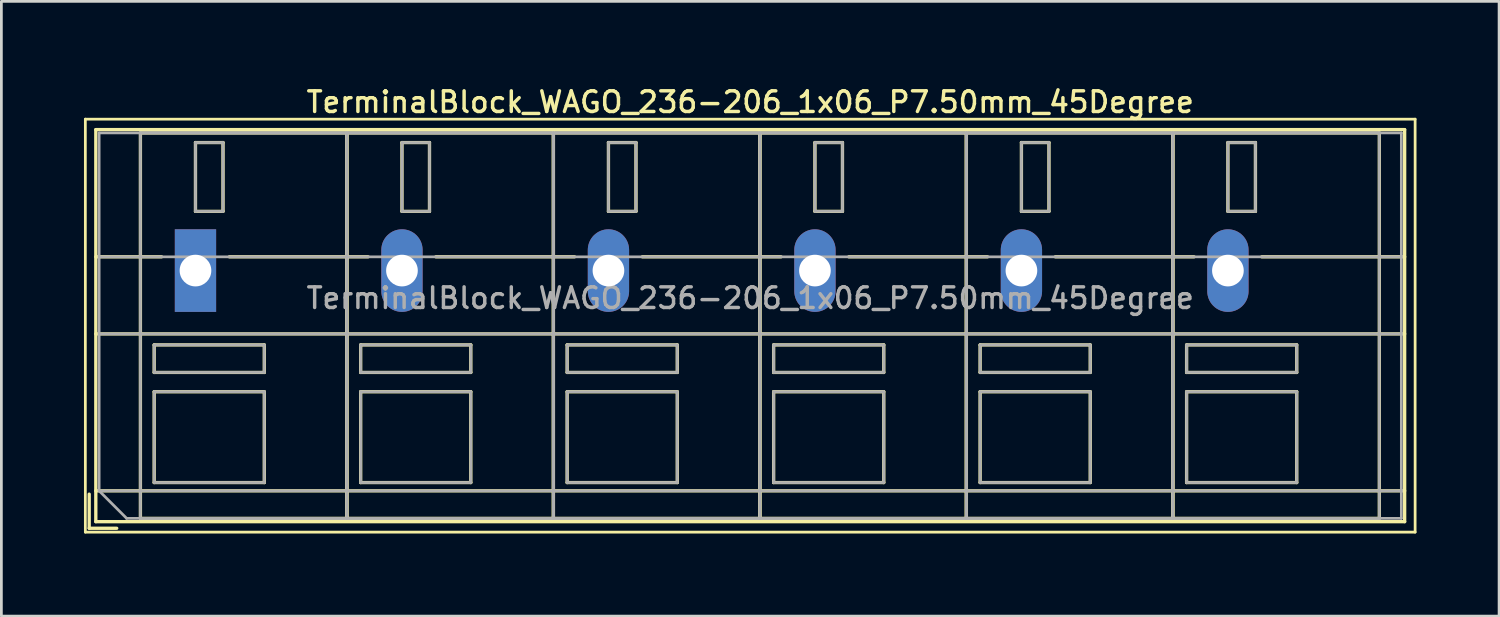
<source format=kicad_pcb>
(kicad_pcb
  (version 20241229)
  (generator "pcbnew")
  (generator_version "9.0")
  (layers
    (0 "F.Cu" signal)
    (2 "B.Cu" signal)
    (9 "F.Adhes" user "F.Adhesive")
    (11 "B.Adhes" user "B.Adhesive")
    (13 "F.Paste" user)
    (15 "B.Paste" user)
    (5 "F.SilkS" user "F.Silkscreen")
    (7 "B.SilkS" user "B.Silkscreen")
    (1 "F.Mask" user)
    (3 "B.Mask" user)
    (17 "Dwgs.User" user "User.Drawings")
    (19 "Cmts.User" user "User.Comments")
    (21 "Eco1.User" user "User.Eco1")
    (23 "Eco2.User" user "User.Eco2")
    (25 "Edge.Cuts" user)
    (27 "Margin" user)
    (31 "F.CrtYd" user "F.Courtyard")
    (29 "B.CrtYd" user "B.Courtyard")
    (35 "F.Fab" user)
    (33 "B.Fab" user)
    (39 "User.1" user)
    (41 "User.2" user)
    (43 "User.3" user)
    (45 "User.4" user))
  (footprint "TerminalBlock_WAGO_236-206_1x06_P7.50mm_45Degree"
    (layer "F.Cu")
    (at 4.05 6.778)
    (property "Reference" "TerminalBlock_WAGO_236-206_1x06_P7.50mm_45Degree" (at 20.15 -6.12 0) (layer "F.SilkS") (effects (font (size 0.75 0.75) (thickness 0.125))))
    (attr through_hole)
    (fp_line (start -4 -5.5) (end -4 9.5) (stroke (width 0.1) (type solid)) (layer "F.SilkS"))
    (fp_line (start -4 9.5) (end 44.3 9.5) (stroke (width 0.1) (type solid)) (layer "F.SilkS"))
    (fp_line (start -3.86 8.12) (end -3.86 9.36) (stroke (width 0.12) (type solid)) (layer "F.SilkS"))
    (fp_line (start -3.86 9.36) (end -2.86 9.36) (stroke (width 0.12) (type solid)) (layer "F.SilkS"))
    (fp_line (start -3.62 -5.12) (end -3.62 9.12) (stroke (width 0.12) (type solid)) (layer "F.SilkS"))
    (fp_line (start -3.62 -5.12) (end 43.92 -5.12) (stroke (width 0.12) (type solid)) (layer "F.SilkS"))
    (fp_line (start -3.62 -0.5) (end -1.23 -0.5) (stroke (width 0.12) (type solid)) (layer "F.SilkS"))
    (fp_line (start -3.62 2.3) (end 43.92 2.3) (stroke (width 0.12) (type solid)) (layer "F.SilkS"))
    (fp_line (start -3.62 8) (end 43.92 8) (stroke (width 0.12) (type solid)) (layer "F.SilkS"))
    (fp_line (start -3.62 9.12) (end 43.92 9.12) (stroke (width 0.12) (type solid)) (layer "F.SilkS"))
    (fp_line (start -2 -5) (end -2 9) (stroke (width 0.12) (type solid)) (layer "F.SilkS"))
    (fp_line (start -2 -5) (end 5.5 -5) (stroke (width 0.12) (type solid)) (layer "F.SilkS"))
    (fp_line (start -2 9) (end 5.5 9) (stroke (width 0.12) (type solid)) (layer "F.SilkS"))
    (fp_line (start -1.5 2.7) (end -1.5 3.7) (stroke (width 0.12) (type solid)) (layer "F.SilkS"))
    (fp_line (start -1.5 2.7) (end 2.5 2.7) (stroke (width 0.12) (type solid)) (layer "F.SilkS"))
    (fp_line (start -1.5 3.7) (end 2.5 3.7) (stroke (width 0.12) (type solid)) (layer "F.SilkS"))
    (fp_line (start -1.5 4.4) (end -1.5 7.7) (stroke (width 0.12) (type solid)) (layer "F.SilkS"))
    (fp_line (start -1.5 4.4) (end 2.5 4.4) (stroke (width 0.12) (type solid)) (layer "F.SilkS"))
    (fp_line (start -1.5 7.7) (end 2.5 7.7) (stroke (width 0.12) (type solid)) (layer "F.SilkS"))
    (fp_line (start 0 -4.65) (end 0 -2.151) (stroke (width 0.12) (type solid)) (layer "F.SilkS"))
    (fp_line (start 0 -4.65) (end 1 -4.65) (stroke (width 0.12) (type solid)) (layer "F.SilkS"))
    (fp_line (start 0 -2.151) (end 1 -2.151) (stroke (width 0.12) (type solid)) (layer "F.SilkS"))
    (fp_line (start 1 -4.65) (end 1 -2.151) (stroke (width 0.12) (type solid)) (layer "F.SilkS"))
    (fp_line (start 1.23 -0.5) (end 6.27 -0.5) (stroke (width 0.12) (type solid)) (layer "F.SilkS"))
    (fp_line (start 2.5 2.7) (end 2.5 3.7) (stroke (width 0.12) (type solid)) (layer "F.SilkS"))
    (fp_line (start 2.5 4.4) (end 2.5 7.7) (stroke (width 0.12) (type solid)) (layer "F.SilkS"))
    (fp_line (start 5.5 -5) (end 5.5 9) (stroke (width 0.12) (type solid)) (layer "F.SilkS"))
    (fp_line (start 5.5 -5) (end 5.5 9) (stroke (width 0.12) (type solid)) (layer "F.SilkS"))
    (fp_line (start 5.5 -5) (end 13 -5) (stroke (width 0.12) (type solid)) (layer "F.SilkS"))
    (fp_line (start 5.5 9) (end 13 9) (stroke (width 0.12) (type solid)) (layer "F.SilkS"))
    (fp_line (start 6 2.7) (end 6 3.7) (stroke (width 0.12) (type solid)) (layer "F.SilkS"))
    (fp_line (start 6 2.7) (end 10 2.7) (stroke (width 0.12) (type solid)) (layer "F.SilkS"))
    (fp_line (start 6 3.7) (end 10 3.7) (stroke (width 0.12) (type solid)) (layer "F.SilkS"))
    (fp_line (start 6 4.4) (end 6 7.7) (stroke (width 0.12) (type solid)) (layer "F.SilkS"))
    (fp_line (start 6 4.4) (end 10 4.4) (stroke (width 0.12) (type solid)) (layer "F.SilkS"))
    (fp_line (start 6 7.7) (end 10 7.7) (stroke (width 0.12) (type solid)) (layer "F.SilkS"))
    (fp_line (start 7.5 -4.65) (end 7.5 -2.151) (stroke (width 0.12) (type solid)) (layer "F.SilkS"))
    (fp_line (start 7.5 -4.65) (end 8.5 -4.65) (stroke (width 0.12) (type solid)) (layer "F.SilkS"))
    (fp_line (start 7.5 -2.151) (end 8.5 -2.151) (stroke (width 0.12) (type solid)) (layer "F.SilkS"))
    (fp_line (start 8.5 -4.65) (end 8.5 -2.151) (stroke (width 0.12) (type solid)) (layer "F.SilkS"))
    (fp_line (start 8.73 -0.5) (end 13.77 -0.5) (stroke (width 0.12) (type solid)) (layer "F.SilkS"))
    (fp_line (start 10 2.7) (end 10 3.7) (stroke (width 0.12) (type solid)) (layer "F.SilkS"))
    (fp_line (start 10 4.4) (end 10 7.7) (stroke (width 0.12) (type solid)) (layer "F.SilkS"))
    (fp_line (start 13 -5) (end 13 9) (stroke (width 0.12) (type solid)) (layer "F.SilkS"))
    (fp_line (start 13 -5) (end 13 9) (stroke (width 0.12) (type solid)) (layer "F.SilkS"))
    (fp_line (start 13 -5) (end 20.5 -5) (stroke (width 0.12) (type solid)) (layer "F.SilkS"))
    (fp_line (start 13 9) (end 20.5 9) (stroke (width 0.12) (type solid)) (layer "F.SilkS"))
    (fp_line (start 13.5 2.7) (end 13.5 3.7) (stroke (width 0.12) (type solid)) (layer "F.SilkS"))
    (fp_line (start 13.5 2.7) (end 17.5 2.7) (stroke (width 0.12) (type solid)) (layer "F.SilkS"))
    (fp_line (start 13.5 3.7) (end 17.5 3.7) (stroke (width 0.12) (type solid)) (layer "F.SilkS"))
    (fp_line (start 13.5 4.4) (end 13.5 7.7) (stroke (width 0.12) (type solid)) (layer "F.SilkS"))
    (fp_line (start 13.5 4.4) (end 17.5 4.4) (stroke (width 0.12) (type solid)) (layer "F.SilkS"))
    (fp_line (start 13.5 7.7) (end 17.5 7.7) (stroke (width 0.12) (type solid)) (layer "F.SilkS"))
    (fp_line (start 15 -4.65) (end 15 -2.151) (stroke (width 0.12) (type solid)) (layer "F.SilkS"))
    (fp_line (start 15 -4.65) (end 16 -4.65) (stroke (width 0.12) (type solid)) (layer "F.SilkS"))
    (fp_line (start 15 -2.151) (end 16 -2.151) (stroke (width 0.12) (type solid)) (layer "F.SilkS"))
    (fp_line (start 16 -4.65) (end 16 -2.151) (stroke (width 0.12) (type solid)) (layer "F.SilkS"))
    (fp_line (start 16.23 -0.5) (end 21.27 -0.5) (stroke (width 0.12) (type solid)) (layer "F.SilkS"))
    (fp_line (start 17.5 2.7) (end 17.5 3.7) (stroke (width 0.12) (type solid)) (layer "F.SilkS"))
    (fp_line (start 17.5 4.4) (end 17.5 7.7) (stroke (width 0.12) (type solid)) (layer "F.SilkS"))
    (fp_line (start 20.5 -5) (end 20.5 9) (stroke (width 0.12) (type solid)) (layer "F.SilkS"))
    (fp_line (start 20.5 -5) (end 20.5 9) (stroke (width 0.12) (type solid)) (layer "F.SilkS"))
    (fp_line (start 20.5 -5) (end 28 -5) (stroke (width 0.12) (type solid)) (layer "F.SilkS"))
    (fp_line (start 20.5 9) (end 28 9) (stroke (width 0.12) (type solid)) (layer "F.SilkS"))
    (fp_line (start 21 2.7) (end 21 3.7) (stroke (width 0.12) (type solid)) (layer "F.SilkS"))
    (fp_line (start 21 2.7) (end 25 2.7) (stroke (width 0.12) (type solid)) (layer "F.SilkS"))
    (fp_line (start 21 3.7) (end 25 3.7) (stroke (width 0.12) (type solid)) (layer "F.SilkS"))
    (fp_line (start 21 4.4) (end 21 7.7) (stroke (width 0.12) (type solid)) (layer "F.SilkS"))
    (fp_line (start 21 4.4) (end 25 4.4) (stroke (width 0.12) (type solid)) (layer "F.SilkS"))
    (fp_line (start 21 7.7) (end 25 7.7) (stroke (width 0.12) (type solid)) (layer "F.SilkS"))
    (fp_line (start 22.5 -4.65) (end 22.5 -2.151) (stroke (width 0.12) (type solid)) (layer "F.SilkS"))
    (fp_line (start 22.5 -4.65) (end 23.5 -4.65) (stroke (width 0.12) (type solid)) (layer "F.SilkS"))
    (fp_line (start 22.5 -2.151) (end 23.5 -2.151) (stroke (width 0.12) (type solid)) (layer "F.SilkS"))
    (fp_line (start 23.5 -4.65) (end 23.5 -2.151) (stroke (width 0.12) (type solid)) (layer "F.SilkS"))
    (fp_line (start 23.73 -0.5) (end 28.77 -0.5) (stroke (width 0.12) (type solid)) (layer "F.SilkS"))
    (fp_line (start 25 2.7) (end 25 3.7) (stroke (width 0.12) (type solid)) (layer "F.SilkS"))
    (fp_line (start 25 4.4) (end 25 7.7) (stroke (width 0.12) (type solid)) (layer "F.SilkS"))
    (fp_line (start 28 -5) (end 28 9) (stroke (width 0.12) (type solid)) (layer "F.SilkS"))
    (fp_line (start 28 -5) (end 28 9) (stroke (width 0.12) (type solid)) (layer "F.SilkS"))
    (fp_line (start 28 -5) (end 35.5 -5) (stroke (width 0.12) (type solid)) (layer "F.SilkS"))
    (fp_line (start 28 9) (end 35.5 9) (stroke (width 0.12) (type solid)) (layer "F.SilkS"))
    (fp_line (start 28.5 2.7) (end 28.5 3.7) (stroke (width 0.12) (type solid)) (layer "F.SilkS"))
    (fp_line (start 28.5 2.7) (end 32.5 2.7) (stroke (width 0.12) (type solid)) (layer "F.SilkS"))
    (fp_line (start 28.5 3.7) (end 32.5 3.7) (stroke (width 0.12) (type solid)) (layer "F.SilkS"))
    (fp_line (start 28.5 4.4) (end 28.5 7.7) (stroke (width 0.12) (type solid)) (layer "F.SilkS"))
    (fp_line (start 28.5 4.4) (end 32.5 4.4) (stroke (width 0.12) (type solid)) (layer "F.SilkS"))
    (fp_line (start 28.5 7.7) (end 32.5 7.7) (stroke (width 0.12) (type solid)) (layer "F.SilkS"))
    (fp_line (start 30 -4.65) (end 30 -2.151) (stroke (width 0.12) (type solid)) (layer "F.SilkS"))
    (fp_line (start 30 -4.65) (end 31 -4.65) (stroke (width 0.12) (type solid)) (layer "F.SilkS"))
    (fp_line (start 30 -2.151) (end 31 -2.151) (stroke (width 0.12) (type solid)) (layer "F.SilkS"))
    (fp_line (start 31 -4.65) (end 31 -2.151) (stroke (width 0.12) (type solid)) (layer "F.SilkS"))
    (fp_line (start 31.23 -0.5) (end 36.27 -0.5) (stroke (width 0.12) (type solid)) (layer "F.SilkS"))
    (fp_line (start 32.5 2.7) (end 32.5 3.7) (stroke (width 0.12) (type solid)) (layer "F.SilkS"))
    (fp_line (start 32.5 4.4) (end 32.5 7.7) (stroke (width 0.12) (type solid)) (layer "F.SilkS"))
    (fp_line (start 35.5 -5) (end 35.5 9) (stroke (width 0.12) (type solid)) (layer "F.SilkS"))
    (fp_line (start 35.5 -5) (end 35.5 9) (stroke (width 0.12) (type solid)) (layer "F.SilkS"))
    (fp_line (start 35.5 -5) (end 43 -5) (stroke (width 0.12) (type solid)) (layer "F.SilkS"))
    (fp_line (start 35.5 9) (end 43 9) (stroke (width 0.12) (type solid)) (layer "F.SilkS"))
    (fp_line (start 36 2.7) (end 36 3.7) (stroke (width 0.12) (type solid)) (layer "F.SilkS"))
    (fp_line (start 36 2.7) (end 40 2.7) (stroke (width 0.12) (type solid)) (layer "F.SilkS"))
    (fp_line (start 36 3.7) (end 40 3.7) (stroke (width 0.12) (type solid)) (layer "F.SilkS"))
    (fp_line (start 36 4.4) (end 36 7.7) (stroke (width 0.12) (type solid)) (layer "F.SilkS"))
    (fp_line (start 36 4.4) (end 40 4.4) (stroke (width 0.12) (type solid)) (layer "F.SilkS"))
    (fp_line (start 36 7.7) (end 40 7.7) (stroke (width 0.12) (type solid)) (layer "F.SilkS"))
    (fp_line (start 37.5 -4.65) (end 37.5 -2.151) (stroke (width 0.12) (type solid)) (layer "F.SilkS"))
    (fp_line (start 37.5 -4.65) (end 38.5 -4.65) (stroke (width 0.12) (type solid)) (layer "F.SilkS"))
    (fp_line (start 37.5 -2.151) (end 38.5 -2.151) (stroke (width 0.12) (type solid)) (layer "F.SilkS"))
    (fp_line (start 38.5 -4.65) (end 38.5 -2.151) (stroke (width 0.12) (type solid)) (layer "F.SilkS"))
    (fp_line (start 38.73 -0.5) (end 43.92 -0.5) (stroke (width 0.12) (type solid)) (layer "F.SilkS"))
    (fp_line (start 40 2.7) (end 40 3.7) (stroke (width 0.12) (type solid)) (layer "F.SilkS"))
    (fp_line (start 40 4.4) (end 40 7.7) (stroke (width 0.12) (type solid)) (layer "F.SilkS"))
    (fp_line (start 43 -5) (end 43 9) (stroke (width 0.12) (type solid)) (layer "F.SilkS"))
    (fp_line (start 43.92 -5.12) (end 43.92 9.12) (stroke (width 0.12) (type solid)) (layer "F.SilkS"))
    (fp_line (start 44.3 -5.5) (end -4 -5.5) (stroke (width 0.1) (type solid)) (layer "F.SilkS"))
    (fp_line (start 44.3 9.5) (end 44.3 -5.5) (stroke (width 0.1) (type solid)) (layer "F.SilkS"))
    (fp_line (start -3.5 -5) (end 43.8 -5) (stroke (width 0.1) (type solid)) (layer "F.Fab"))
    (fp_line (start -3.5 -0.5) (end 43.8 -0.5) (stroke (width 0.1) (type solid)) (layer "F.Fab"))
    (fp_line (start -3.5 2.3) (end 43.8 2.3) (stroke (width 0.1) (type solid)) (layer "F.Fab"))
    (fp_line (start -3.5 8) (end -3.5 -5) (stroke (width 0.1) (type solid)) (layer "F.Fab"))
    (fp_line (start -3.5 8) (end 43.8 8) (stroke (width 0.1) (type solid)) (layer "F.Fab"))
    (fp_line (start -2.5 9) (end -3.5 8) (stroke (width 0.1) (type solid)) (layer "F.Fab"))
    (fp_line (start -2 -5) (end -2 9) (stroke (width 0.1) (type solid)) (layer "F.Fab"))
    (fp_line (start -2 9) (end 5.5 9) (stroke (width 0.1) (type solid)) (layer "F.Fab"))
    (fp_line (start -1.5 2.7) (end -1.5 3.7) (stroke (width 0.1) (type solid)) (layer "F.Fab"))
    (fp_line (start -1.5 3.7) (end 2.5 3.7) (stroke (width 0.1) (type solid)) (layer "F.Fab"))
    (fp_line (start -1.5 4.4) (end -1.5 7.7) (stroke (width 0.1) (type solid)) (layer "F.Fab"))
    (fp_line (start -1.5 7.7) (end 2.5 7.7) (stroke (width 0.1) (type solid)) (layer "F.Fab"))
    (fp_line (start 0 -4.65) (end 0 -2.15) (stroke (width 0.1) (type solid)) (layer "F.Fab"))
    (fp_line (start 0 -2.15) (end 1 -2.15) (stroke (width 0.1) (type solid)) (layer "F.Fab"))
    (fp_line (start 1 -4.65) (end 0 -4.65) (stroke (width 0.1) (type solid)) (layer "F.Fab"))
    (fp_line (start 1 -2.15) (end 1 -4.65) (stroke (width 0.1) (type solid)) (layer "F.Fab"))
    (fp_line (start 2.5 2.7) (end -1.5 2.7) (stroke (width 0.1) (type solid)) (layer "F.Fab"))
    (fp_line (start 2.5 3.7) (end 2.5 2.7) (stroke (width 0.1) (type solid)) (layer "F.Fab"))
    (fp_line (start 2.5 4.4) (end -1.5 4.4) (stroke (width 0.1) (type solid)) (layer "F.Fab"))
    (fp_line (start 2.5 7.7) (end 2.5 4.4) (stroke (width 0.1) (type solid)) (layer "F.Fab"))
    (fp_line (start 5.5 -5) (end -2 -5) (stroke (width 0.1) (type solid)) (layer "F.Fab"))
    (fp_line (start 5.5 -5) (end 5.5 9) (stroke (width 0.1) (type solid)) (layer "F.Fab"))
    (fp_line (start 5.5 9) (end 5.5 -5) (stroke (width 0.1) (type solid)) (layer "F.Fab"))
    (fp_line (start 5.5 9) (end 13 9) (stroke (width 0.1) (type solid)) (layer "F.Fab"))
    (fp_line (start 6 2.7) (end 6 3.7) (stroke (width 0.1) (type solid)) (layer "F.Fab"))
    (fp_line (start 6 3.7) (end 10 3.7) (stroke (width 0.1) (type solid)) (layer "F.Fab"))
    (fp_line (start 6 4.4) (end 6 7.7) (stroke (width 0.1) (type solid)) (layer "F.Fab"))
    (fp_line (start 6 7.7) (end 10 7.7) (stroke (width 0.1) (type solid)) (layer "F.Fab"))
    (fp_line (start 7.5 -4.65) (end 7.5 -2.15) (stroke (width 0.1) (type solid)) (layer "F.Fab"))
    (fp_line (start 7.5 -2.15) (end 8.5 -2.15) (stroke (width 0.1) (type solid)) (layer "F.Fab"))
    (fp_line (start 8.5 -4.65) (end 7.5 -4.65) (stroke (width 0.1) (type solid)) (layer "F.Fab"))
    (fp_line (start 8.5 -2.15) (end 8.5 -4.65) (stroke (width 0.1) (type solid)) (layer "F.Fab"))
    (fp_line (start 10 2.7) (end 6 2.7) (stroke (width 0.1) (type solid)) (layer "F.Fab"))
    (fp_line (start 10 3.7) (end 10 2.7) (stroke (width 0.1) (type solid)) (layer "F.Fab"))
    (fp_line (start 10 4.4) (end 6 4.4) (stroke (width 0.1) (type solid)) (layer "F.Fab"))
    (fp_line (start 10 7.7) (end 10 4.4) (stroke (width 0.1) (type solid)) (layer "F.Fab"))
    (fp_line (start 13 -5) (end 5.5 -5) (stroke (width 0.1) (type solid)) (layer "F.Fab"))
    (fp_line (start 13 -5) (end 13 9) (stroke (width 0.1) (type solid)) (layer "F.Fab"))
    (fp_line (start 13 9) (end 13 -5) (stroke (width 0.1) (type solid)) (layer "F.Fab"))
    (fp_line (start 13 9) (end 20.5 9) (stroke (width 0.1) (type solid)) (layer "F.Fab"))
    (fp_line (start 13.5 2.7) (end 13.5 3.7) (stroke (width 0.1) (type solid)) (layer "F.Fab"))
    (fp_line (start 13.5 3.7) (end 17.5 3.7) (stroke (width 0.1) (type solid)) (layer "F.Fab"))
    (fp_line (start 13.5 4.4) (end 13.5 7.7) (stroke (width 0.1) (type solid)) (layer "F.Fab"))
    (fp_line (start 13.5 7.7) (end 17.5 7.7) (stroke (width 0.1) (type solid)) (layer "F.Fab"))
    (fp_line (start 15 -4.65) (end 15 -2.15) (stroke (width 0.1) (type solid)) (layer "F.Fab"))
    (fp_line (start 15 -2.15) (end 16 -2.15) (stroke (width 0.1) (type solid)) (layer "F.Fab"))
    (fp_line (start 16 -4.65) (end 15 -4.65) (stroke (width 0.1) (type solid)) (layer "F.Fab"))
    (fp_line (start 16 -2.15) (end 16 -4.65) (stroke (width 0.1) (type solid)) (layer "F.Fab"))
    (fp_line (start 17.5 2.7) (end 13.5 2.7) (stroke (width 0.1) (type solid)) (layer "F.Fab"))
    (fp_line (start 17.5 3.7) (end 17.5 2.7) (stroke (width 0.1) (type solid)) (layer "F.Fab"))
    (fp_line (start 17.5 4.4) (end 13.5 4.4) (stroke (width 0.1) (type solid)) (layer "F.Fab"))
    (fp_line (start 17.5 7.7) (end 17.5 4.4) (stroke (width 0.1) (type solid)) (layer "F.Fab"))
    (fp_line (start 20.5 -5) (end 13 -5) (stroke (width 0.1) (type solid)) (layer "F.Fab"))
    (fp_line (start 20.5 -5) (end 20.5 9) (stroke (width 0.1) (type solid)) (layer "F.Fab"))
    (fp_line (start 20.5 9) (end 20.5 -5) (stroke (width 0.1) (type solid)) (layer "F.Fab"))
    (fp_line (start 20.5 9) (end 28 9) (stroke (width 0.1) (type solid)) (layer "F.Fab"))
    (fp_line (start 21 2.7) (end 21 3.7) (stroke (width 0.1) (type solid)) (layer "F.Fab"))
    (fp_line (start 21 3.7) (end 25 3.7) (stroke (width 0.1) (type solid)) (layer "F.Fab"))
    (fp_line (start 21 4.4) (end 21 7.7) (stroke (width 0.1) (type solid)) (layer "F.Fab"))
    (fp_line (start 21 7.7) (end 25 7.7) (stroke (width 0.1) (type solid)) (layer "F.Fab"))
    (fp_line (start 22.5 -4.65) (end 22.5 -2.15) (stroke (width 0.1) (type solid)) (layer "F.Fab"))
    (fp_line (start 22.5 -2.15) (end 23.5 -2.15) (stroke (width 0.1) (type solid)) (layer "F.Fab"))
    (fp_line (start 23.5 -4.65) (end 22.5 -4.65) (stroke (width 0.1) (type solid)) (layer "F.Fab"))
    (fp_line (start 23.5 -2.15) (end 23.5 -4.65) (stroke (width 0.1) (type solid)) (layer "F.Fab"))
    (fp_line (start 25 2.7) (end 21 2.7) (stroke (width 0.1) (type solid)) (layer "F.Fab"))
    (fp_line (start 25 3.7) (end 25 2.7) (stroke (width 0.1) (type solid)) (layer "F.Fab"))
    (fp_line (start 25 4.4) (end 21 4.4) (stroke (width 0.1) (type solid)) (layer "F.Fab"))
    (fp_line (start 25 7.7) (end 25 4.4) (stroke (width 0.1) (type solid)) (layer "F.Fab"))
    (fp_line (start 28 -5) (end 20.5 -5) (stroke (width 0.1) (type solid)) (layer "F.Fab"))
    (fp_line (start 28 -5) (end 28 9) (stroke (width 0.1) (type solid)) (layer "F.Fab"))
    (fp_line (start 28 9) (end 28 -5) (stroke (width 0.1) (type solid)) (layer "F.Fab"))
    (fp_line (start 28 9) (end 35.5 9) (stroke (width 0.1) (type solid)) (layer "F.Fab"))
    (fp_line (start 28.5 2.7) (end 28.5 3.7) (stroke (width 0.1) (type solid)) (layer "F.Fab"))
    (fp_line (start 28.5 3.7) (end 32.5 3.7) (stroke (width 0.1) (type solid)) (layer "F.Fab"))
    (fp_line (start 28.5 4.4) (end 28.5 7.7) (stroke (width 0.1) (type solid)) (layer "F.Fab"))
    (fp_line (start 28.5 7.7) (end 32.5 7.7) (stroke (width 0.1) (type solid)) (layer "F.Fab"))
    (fp_line (start 30 -4.65) (end 30 -2.15) (stroke (width 0.1) (type solid)) (layer "F.Fab"))
    (fp_line (start 30 -2.15) (end 31 -2.15) (stroke (width 0.1) (type solid)) (layer "F.Fab"))
    (fp_line (start 31 -4.65) (end 30 -4.65) (stroke (width 0.1) (type solid)) (layer "F.Fab"))
    (fp_line (start 31 -2.15) (end 31 -4.65) (stroke (width 0.1) (type solid)) (layer "F.Fab"))
    (fp_line (start 32.5 2.7) (end 28.5 2.7) (stroke (width 0.1) (type solid)) (layer "F.Fab"))
    (fp_line (start 32.5 3.7) (end 32.5 2.7) (stroke (width 0.1) (type solid)) (layer "F.Fab"))
    (fp_line (start 32.5 4.4) (end 28.5 4.4) (stroke (width 0.1) (type solid)) (layer "F.Fab"))
    (fp_line (start 32.5 7.7) (end 32.5 4.4) (stroke (width 0.1) (type solid)) (layer "F.Fab"))
    (fp_line (start 35.5 -5) (end 28 -5) (stroke (width 0.1) (type solid)) (layer "F.Fab"))
    (fp_line (start 35.5 -5) (end 35.5 9) (stroke (width 0.1) (type solid)) (layer "F.Fab"))
    (fp_line (start 35.5 9) (end 35.5 -5) (stroke (width 0.1) (type solid)) (layer "F.Fab"))
    (fp_line (start 35.5 9) (end 43 9) (stroke (width 0.1) (type solid)) (layer "F.Fab"))
    (fp_line (start 36 2.7) (end 36 3.7) (stroke (width 0.1) (type solid)) (layer "F.Fab"))
    (fp_line (start 36 3.7) (end 40 3.7) (stroke (width 0.1) (type solid)) (layer "F.Fab"))
    (fp_line (start 36 4.4) (end 36 7.7) (stroke (width 0.1) (type solid)) (layer "F.Fab"))
    (fp_line (start 36 7.7) (end 40 7.7) (stroke (width 0.1) (type solid)) (layer "F.Fab"))
    (fp_line (start 37.5 -4.65) (end 37.5 -2.15) (stroke (width 0.1) (type solid)) (layer "F.Fab"))
    (fp_line (start 37.5 -2.15) (end 38.5 -2.15) (stroke (width 0.1) (type solid)) (layer "F.Fab"))
    (fp_line (start 38.5 -4.65) (end 37.5 -4.65) (stroke (width 0.1) (type solid)) (layer "F.Fab"))
    (fp_line (start 38.5 -2.15) (end 38.5 -4.65) (stroke (width 0.1) (type solid)) (layer "F.Fab"))
    (fp_line (start 40 2.7) (end 36 2.7) (stroke (width 0.1) (type solid)) (layer "F.Fab"))
    (fp_line (start 40 3.7) (end 40 2.7) (stroke (width 0.1) (type solid)) (layer "F.Fab"))
    (fp_line (start 40 4.4) (end 36 4.4) (stroke (width 0.1) (type solid)) (layer "F.Fab"))
    (fp_line (start 40 7.7) (end 40 4.4) (stroke (width 0.1) (type solid)) (layer "F.Fab"))
    (fp_line (start 43 -5) (end 35.5 -5) (stroke (width 0.1) (type solid)) (layer "F.Fab"))
    (fp_line (start 43 9) (end 43 -5) (stroke (width 0.1) (type solid)) (layer "F.Fab"))
    (fp_line (start 43.8 -5) (end 43.8 9) (stroke (width 0.1) (type solid)) (layer "F.Fab"))
    (fp_line (start 43.8 9) (end -2.5 9) (stroke (width 0.1) (type solid)) (layer "F.Fab"))
    (fp_text user "${REFERENCE}" (at 20.15 1 0) (layer "F.Fab") (effects (font (size 0.75 0.75) (thickness 0.125))))
    (pad "1" thru_hole rect (at 0 0) (size 1.5 3) (drill 1.15) (layers "*.Cu" "*.Mask"))
    (pad "2" thru_hole oval (at 7.5 0) (size 1.5 3) (drill 1.15) (layers "*.Cu" "*.Mask"))
    (pad "3" thru_hole oval (at 15 0) (size 1.5 3) (drill 1.15) (layers "*.Cu" "*.Mask"))
    (pad "4" thru_hole oval (at 22.5 0) (size 1.5 3) (drill 1.15) (layers "*.Cu" "*.Mask"))
    (pad "5" thru_hole oval (at 30 0) (size 1.5 3) (drill 1.15) (layers "*.Cu" "*.Mask"))
    (pad "6" thru_hole oval (at 37.5 0) (size 1.5 3) (drill 1.15) (layers "*.Cu" "*.Mask")))
  (gr_rect
    (start -3 -3)
    (end 51.4 19.328)
    (stroke (width 0.1) (type default))
    (fill no)
    (layer "Edge.Cuts")))
</source>
